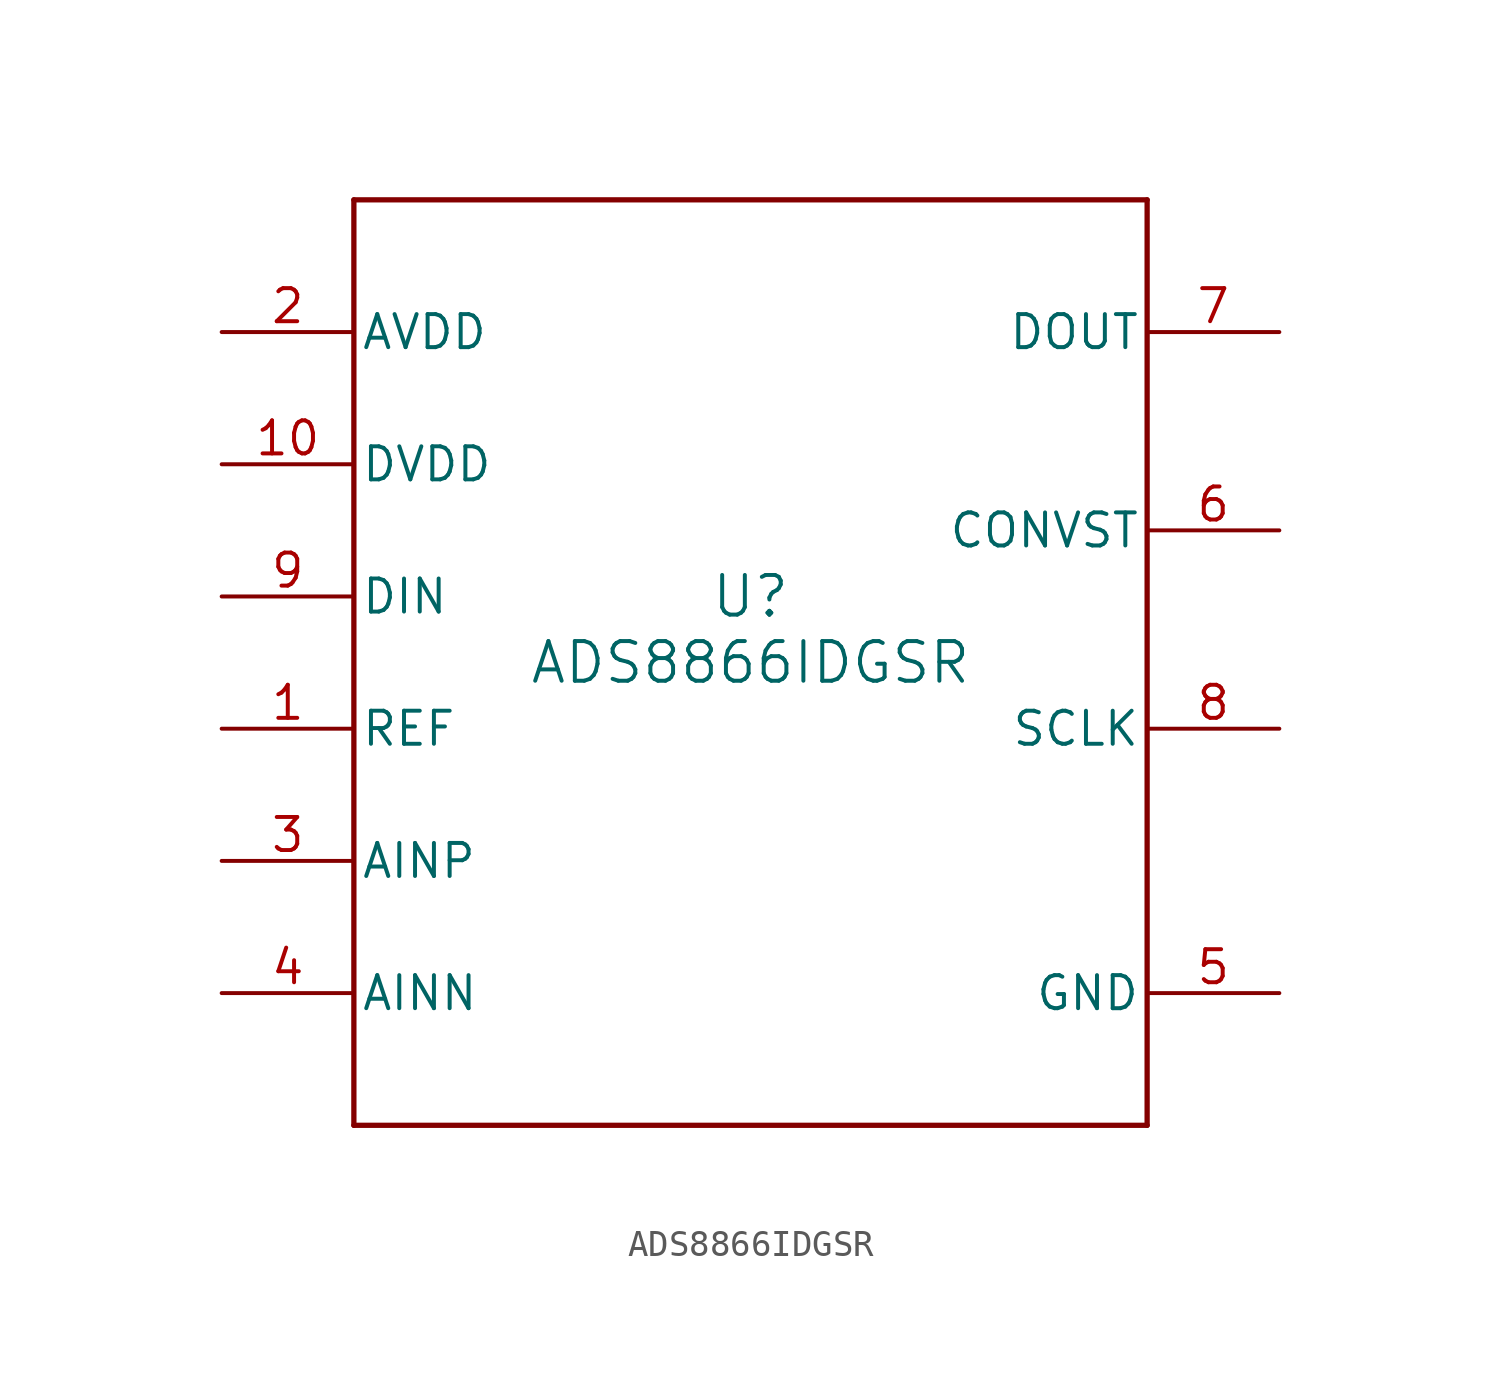
<source format=kicad_sym>
(kicad_symbol_lib
  (version 20211014)
  (generator kicad_symbol_editor)
  (symbol "ADS8866IDGSR"
    (pin_names
      (offset 0.254))
    (property "Reference" "U"
      (at 0 2.54 0)
      (effects (font (size 1.524 1.524))))
    (property "Value" "ADS8866IDGSR"
      (at 0 0 0)
      (effects (font (size 1.524 1.524))))
    (symbol "ADS8866IDGSR_0_1"
      (polyline (pts (xy -15.24 -17.78) (xy 15.24 -17.78)) (stroke (width 0.203) (type default) (color 0 0 0 0)) (fill (type none)))
      (polyline (pts (xy 15.24 -17.78) (xy 15.24 17.78)) (stroke (width 0.203) (type default) (color 0 0 0 0)) (fill (type none)))
      (polyline (pts (xy 15.24 17.78) (xy -15.24 17.78)) (stroke (width 0.203) (type default) (color 0 0 0 0)) (fill (type none)))
      (polyline (pts (xy -15.24 17.78) (xy -15.24 -17.78)) (stroke (width 0.203) (type default) (color 0 0 0 0)) (fill (type none)))
      (pin input line (at -20.32 -2.54 0) (length 5.08) (name "REF" (effects (font (size 1.27 1.27)))) (number "1" (effects (font (size 1.27 1.27)))))
      (pin power_in line (at -20.32 12.7 0) (length 5.08) (name "AVDD" (effects (font (size 1.27 1.27)))) (number "2" (effects (font (size 1.27 1.27)))))
      (pin input line (at -20.32 -7.62 0) (length 5.08) (name "AINP" (effects (font (size 1.27 1.27)))) (number "3" (effects (font (size 1.27 1.27)))))
      (pin input line (at -20.32 -12.7 0) (length 5.08) (name "AINN" (effects (font (size 1.27 1.27)))) (number "4" (effects (font (size 1.27 1.27)))))
      (pin power_in line (at 20.32 -12.7 180) (length 5.08) (name "GND" (effects (font (size 1.27 1.27)))) (number "5" (effects (font (size 1.27 1.27)))))
      (pin input line (at 20.32 5.08 180) (length 5.08) (name "CONVST" (effects (font (size 1.27 1.27)))) (number "6" (effects (font (size 1.27 1.27)))))
      (pin output line (at 20.32 12.7 180) (length 5.08) (name "DOUT" (effects (font (size 1.27 1.27)))) (number "7" (effects (font (size 1.27 1.27)))))
      (pin input line (at 20.32 -2.54 180) (length 5.08) (name "SCLK" (effects (font (size 1.27 1.27)))) (number "8" (effects (font (size 1.27 1.27)))))
      (pin input line (at -20.32 2.54 0) (length 5.08) (name "DIN" (effects (font (size 1.27 1.27)))) (number "9" (effects (font (size 1.27 1.27)))))
      (pin power_in line (at -20.32 7.62 0) (length 5.08) (name "DVDD" (effects (font (size 1.27 1.27)))) (number "10" (effects (font (size 1.27 1.27))))))))
</source>
